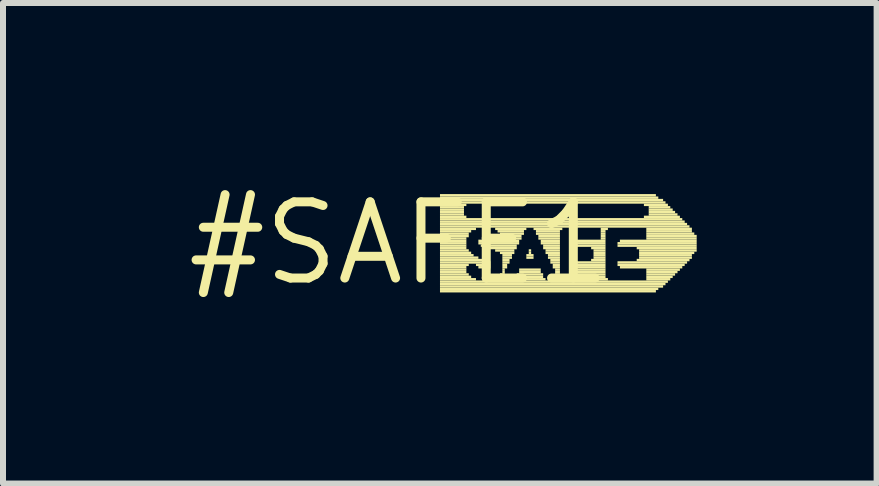
<source format=kicad_pcb>
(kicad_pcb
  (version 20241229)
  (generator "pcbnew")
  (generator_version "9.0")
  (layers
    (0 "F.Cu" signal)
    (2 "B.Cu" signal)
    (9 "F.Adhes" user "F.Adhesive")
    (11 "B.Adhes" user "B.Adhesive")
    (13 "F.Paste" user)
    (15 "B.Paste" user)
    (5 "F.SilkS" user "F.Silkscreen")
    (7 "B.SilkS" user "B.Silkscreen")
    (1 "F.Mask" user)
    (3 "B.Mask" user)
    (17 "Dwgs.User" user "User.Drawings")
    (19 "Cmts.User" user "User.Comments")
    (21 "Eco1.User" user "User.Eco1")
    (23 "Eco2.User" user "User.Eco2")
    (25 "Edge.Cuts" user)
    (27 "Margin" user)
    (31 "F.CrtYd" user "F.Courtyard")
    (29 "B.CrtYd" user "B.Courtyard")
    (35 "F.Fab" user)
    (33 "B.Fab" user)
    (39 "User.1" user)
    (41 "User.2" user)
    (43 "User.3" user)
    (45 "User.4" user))
  (footprint "#SAFE1"
    (layer "F.Cu")
    (at 3.606 1.006)
    (property "Reference" "#SAFE1" (at 0 0 0) (layer "F.SilkS") (effects (font (size 1.27 1.27) (thickness 0.15))))
    (attr through_hole)
    (fp_poly (pts (xy 0.68 -0.78) (xy 4.28 -0.78) (xy 4.28 -0.82) (xy 0.68 -0.82)) (stroke (width 0) (type solid)) (fill yes) (layer "F.SilkS"))
    (fp_poly (pts (xy 0.68 -0.74) (xy 4.32 -0.74) (xy 4.32 -0.78) (xy 0.68 -0.78)) (stroke (width 0) (type solid)) (fill yes) (layer "F.SilkS"))
    (fp_poly (pts (xy 0.68 -0.7) (xy 4.4 -0.7) (xy 4.4 -0.74) (xy 0.68 -0.74)) (stroke (width 0) (type solid)) (fill yes) (layer "F.SilkS"))
    (fp_poly (pts (xy 0.68 -0.66) (xy 4.44 -0.66) (xy 4.44 -0.7) (xy 0.68 -0.7)) (stroke (width 0) (type solid)) (fill yes) (layer "F.SilkS"))
    (fp_poly (pts (xy 0.68 -0.62) (xy 1.12 -0.62) (xy 1.12 -0.66) (xy 0.68 -0.66)) (stroke (width 0) (type solid)) (fill yes) (layer "F.SilkS"))
    (fp_poly (pts (xy 0.68 -0.58) (xy 1.08 -0.58) (xy 1.08 -0.62) (xy 0.68 -0.62)) (stroke (width 0) (type solid)) (fill yes) (layer "F.SilkS"))
    (fp_poly (pts (xy 0.68 -0.54) (xy 1.08 -0.54) (xy 1.08 -0.58) (xy 0.68 -0.58)) (stroke (width 0) (type solid)) (fill yes) (layer "F.SilkS"))
    (fp_poly (pts (xy 0.68 -0.5) (xy 1.08 -0.5) (xy 1.08 -0.54) (xy 0.68 -0.54)) (stroke (width 0) (type solid)) (fill yes) (layer "F.SilkS"))
    (fp_poly (pts (xy 0.68 -0.46) (xy 1.08 -0.46) (xy 1.08 -0.5) (xy 0.68 -0.5)) (stroke (width 0) (type solid)) (fill yes) (layer "F.SilkS"))
    (fp_poly (pts (xy 0.68 -0.42) (xy 1.12 -0.42) (xy 1.12 -0.46) (xy 0.68 -0.46)) (stroke (width 0) (type solid)) (fill yes) (layer "F.SilkS"))
    (fp_poly (pts (xy 0.68 -0.38) (xy 4.72 -0.38) (xy 4.72 -0.42) (xy 0.68 -0.42)) (stroke (width 0) (type solid)) (fill yes) (layer "F.SilkS"))
    (fp_poly (pts (xy 0.68 -0.34) (xy 4.76 -0.34) (xy 4.76 -0.38) (xy 0.68 -0.38)) (stroke (width 0) (type solid)) (fill yes) (layer "F.SilkS"))
    (fp_poly (pts (xy 0.68 -0.3) (xy 4.8 -0.3) (xy 4.8 -0.34) (xy 0.68 -0.34)) (stroke (width 0) (type solid)) (fill yes) (layer "F.SilkS"))
    (fp_poly (pts (xy 0.68 -0.26) (xy 4.84 -0.26) (xy 4.84 -0.3) (xy 0.68 -0.3)) (stroke (width 0) (type solid)) (fill yes) (layer "F.SilkS"))
    (fp_poly (pts (xy 0.68 -0.22) (xy 1.28 -0.22) (xy 1.28 -0.26) (xy 0.68 -0.26)) (stroke (width 0) (type solid)) (fill yes) (layer "F.SilkS"))
    (fp_poly (pts (xy 0.68 -0.18) (xy 1.2 -0.18) (xy 1.2 -0.22) (xy 0.68 -0.22)) (stroke (width 0) (type solid)) (fill yes) (layer "F.SilkS"))
    (fp_poly (pts (xy 0.68 -0.14) (xy 1.16 -0.14) (xy 1.16 -0.18) (xy 0.68 -0.18)) (stroke (width 0) (type solid)) (fill yes) (layer "F.SilkS"))
    (fp_poly (pts (xy 0.68 -0.1) (xy 1.16 -0.1) (xy 1.16 -0.14) (xy 0.68 -0.14)) (stroke (width 0) (type solid)) (fill yes) (layer "F.SilkS"))
    (fp_poly (pts (xy 0.68 -0.06) (xy 1.12 -0.06) (xy 1.12 -0.1) (xy 0.68 -0.1)) (stroke (width 0) (type solid)) (fill yes) (layer "F.SilkS"))
    (fp_poly (pts (xy 0.68 -0.02) (xy 1.12 -0.02) (xy 1.12 -0.06) (xy 0.68 -0.06)) (stroke (width 0) (type solid)) (fill yes) (layer "F.SilkS"))
    (fp_poly (pts (xy 0.68 0.02) (xy 1.12 0.02) (xy 1.12 -0.02) (xy 0.68 -0.02)) (stroke (width 0) (type solid)) (fill yes) (layer "F.SilkS"))
    (fp_poly (pts (xy 0.68 0.06) (xy 1.12 0.06) (xy 1.12 0.02) (xy 0.68 0.02)) (stroke (width 0) (type solid)) (fill yes) (layer "F.SilkS"))
    (fp_poly (pts (xy 0.68 0.1) (xy 1.12 0.1) (xy 1.12 0.06) (xy 0.68 0.06)) (stroke (width 0) (type solid)) (fill yes) (layer "F.SilkS"))
    (fp_poly (pts (xy 0.68 0.14) (xy 1.16 0.14) (xy 1.16 0.1) (xy 0.68 0.1)) (stroke (width 0) (type solid)) (fill yes) (layer "F.SilkS"))
    (fp_poly (pts (xy 0.68 0.18) (xy 1.2 0.18) (xy 1.2 0.14) (xy 0.68 0.14)) (stroke (width 0) (type solid)) (fill yes) (layer "F.SilkS"))
    (fp_poly (pts (xy 0.68 0.22) (xy 1.24 0.22) (xy 1.24 0.18) (xy 0.68 0.18)) (stroke (width 0) (type solid)) (fill yes) (layer "F.SilkS"))
    (fp_poly (pts (xy 0.68 0.26) (xy 1.32 0.26) (xy 1.32 0.22) (xy 0.68 0.22)) (stroke (width 0) (type solid)) (fill yes) (layer "F.SilkS"))
    (fp_poly (pts (xy 0.68 0.3) (xy 1.48 0.3) (xy 1.48 0.26) (xy 0.68 0.26)) (stroke (width 0) (type solid)) (fill yes) (layer "F.SilkS"))
    (fp_poly (pts (xy 0.68 0.34) (xy 1.52 0.34) (xy 1.52 0.3) (xy 0.68 0.3)) (stroke (width 0) (type solid)) (fill yes) (layer "F.SilkS"))
    (fp_poly (pts (xy 0.68 0.38) (xy 1.16 0.38) (xy 1.16 0.34) (xy 0.68 0.34)) (stroke (width 0) (type solid)) (fill yes) (layer "F.SilkS"))
    (fp_poly (pts (xy 0.68 0.42) (xy 1.12 0.42) (xy 1.12 0.38) (xy 0.68 0.38)) (stroke (width 0) (type solid)) (fill yes) (layer "F.SilkS"))
    (fp_poly (pts (xy 0.68 0.46) (xy 1.12 0.46) (xy 1.12 0.42) (xy 0.68 0.42)) (stroke (width 0) (type solid)) (fill yes) (layer "F.SilkS"))
    (fp_poly (pts (xy 0.68 0.5) (xy 1.12 0.5) (xy 1.12 0.46) (xy 0.68 0.46)) (stroke (width 0) (type solid)) (fill yes) (layer "F.SilkS"))
    (fp_poly (pts (xy 0.68 0.54) (xy 1.16 0.54) (xy 1.16 0.5) (xy 0.68 0.5)) (stroke (width 0) (type solid)) (fill yes) (layer "F.SilkS"))
    (fp_poly (pts (xy 0.68 0.58) (xy 1.2 0.58) (xy 1.2 0.54) (xy 0.68 0.54)) (stroke (width 0) (type solid)) (fill yes) (layer "F.SilkS"))
    (fp_poly (pts (xy 0.68 0.62) (xy 1.28 0.62) (xy 1.28 0.58) (xy 0.68 0.58)) (stroke (width 0) (type solid)) (fill yes) (layer "F.SilkS"))
    (fp_poly (pts (xy 0.68 0.66) (xy 4.48 0.66) (xy 4.48 0.62) (xy 0.68 0.62)) (stroke (width 0) (type solid)) (fill yes) (layer "F.SilkS"))
    (fp_poly (pts (xy 0.68 0.7) (xy 4.44 0.7) (xy 4.44 0.66) (xy 0.68 0.66)) (stroke (width 0) (type solid)) (fill yes) (layer "F.SilkS"))
    (fp_poly (pts (xy 0.68 0.74) (xy 4.4 0.74) (xy 4.4 0.7) (xy 0.68 0.7)) (stroke (width 0) (type solid)) (fill yes) (layer "F.SilkS"))
    (fp_poly (pts (xy 0.68 0.78) (xy 4.32 0.78) (xy 4.32 0.74) (xy 0.68 0.74)) (stroke (width 0) (type solid)) (fill yes) (layer "F.SilkS"))
    (fp_poly (pts (xy 0.68 0.82) (xy 4.28 0.82) (xy 4.28 0.78) (xy 0.68 0.78)) (stroke (width 0) (type solid)) (fill yes) (layer "F.SilkS"))
    (fp_poly (pts (xy 1.28 0.38) (xy 1.52 0.38) (xy 1.52 0.34) (xy 1.28 0.34)) (stroke (width 0) (type solid)) (fill yes) (layer "F.SilkS"))
    (fp_poly (pts (xy 1.32 -0.02) (xy 1.52 -0.02) (xy 1.52 -0.06) (xy 1.32 -0.06)) (stroke (width 0) (type solid)) (fill yes) (layer "F.SilkS"))
    (fp_poly (pts (xy 1.32 0.02) (xy 2 0.02) (xy 2 -0.02) (xy 1.32 -0.02)) (stroke (width 0) (type solid)) (fill yes) (layer "F.SilkS"))
    (fp_poly (pts (xy 1.32 0.42) (xy 1.52 0.42) (xy 1.52 0.38) (xy 1.32 0.38)) (stroke (width 0) (type solid)) (fill yes) (layer "F.SilkS"))
    (fp_poly (pts (xy 1.36 0.06) (xy 1.96 0.06) (xy 1.96 0.02) (xy 1.36 0.02)) (stroke (width 0) (type solid)) (fill yes) (layer "F.SilkS"))
    (fp_poly (pts (xy 1.44 0.1) (xy 1.96 0.1) (xy 1.96 0.06) (xy 1.44 0.06)) (stroke (width 0) (type solid)) (fill yes) (layer "F.SilkS"))
    (fp_poly (pts (xy 1.56 0.62) (xy 1.8 0.62) (xy 1.8 0.58) (xy 1.56 0.58)) (stroke (width 0) (type solid)) (fill yes) (layer "F.SilkS"))
    (fp_poly (pts (xy 1.6 -0.22) (xy 2.12 -0.22) (xy 2.12 -0.26) (xy 1.6 -0.26)) (stroke (width 0) (type solid)) (fill yes) (layer "F.SilkS"))
    (fp_poly (pts (xy 1.6 0.14) (xy 1.92 0.14) (xy 1.92 0.1) (xy 1.6 0.1)) (stroke (width 0) (type solid)) (fill yes) (layer "F.SilkS"))
    (fp_poly (pts (xy 1.64 -0.18) (xy 2.08 -0.18) (xy 2.08 -0.22) (xy 1.64 -0.22)) (stroke (width 0) (type solid)) (fill yes) (layer "F.SilkS"))
    (fp_poly (pts (xy 1.64 -0.02) (xy 2 -0.02) (xy 2 -0.06) (xy 1.64 -0.06)) (stroke (width 0) (type solid)) (fill yes) (layer "F.SilkS"))
    (fp_poly (pts (xy 1.64 0.58) (xy 1.76 0.58) (xy 1.76 0.54) (xy 1.64 0.54)) (stroke (width 0) (type solid)) (fill yes) (layer "F.SilkS"))
    (fp_poly (pts (xy 1.68 -0.14) (xy 2.08 -0.14) (xy 2.08 -0.18) (xy 1.68 -0.18)) (stroke (width 0) (type solid)) (fill yes) (layer "F.SilkS"))
    (fp_poly (pts (xy 1.68 -0.1) (xy 2.04 -0.1) (xy 2.04 -0.14) (xy 1.68 -0.14)) (stroke (width 0) (type solid)) (fill yes) (layer "F.SilkS"))
    (fp_poly (pts (xy 1.68 -0.06) (xy 2.04 -0.06) (xy 2.04 -0.1) (xy 1.68 -0.1)) (stroke (width 0) (type solid)) (fill yes) (layer "F.SilkS"))
    (fp_poly (pts (xy 1.68 0.18) (xy 1.92 0.18) (xy 1.92 0.14) (xy 1.68 0.14)) (stroke (width 0) (type solid)) (fill yes) (layer "F.SilkS"))
    (fp_poly (pts (xy 1.68 0.54) (xy 1.76 0.54) (xy 1.76 0.5) (xy 1.68 0.5)) (stroke (width 0) (type solid)) (fill yes) (layer "F.SilkS"))
    (fp_poly (pts (xy 1.72 0.22) (xy 1.88 0.22) (xy 1.88 0.18) (xy 1.72 0.18)) (stroke (width 0) (type solid)) (fill yes) (layer "F.SilkS"))
    (fp_poly (pts (xy 1.72 0.26) (xy 1.88 0.26) (xy 1.88 0.22) (xy 1.72 0.22)) (stroke (width 0) (type solid)) (fill yes) (layer "F.SilkS"))
    (fp_poly (pts (xy 1.72 0.3) (xy 1.84 0.3) (xy 1.84 0.26) (xy 1.72 0.26)) (stroke (width 0) (type solid)) (fill yes) (layer "F.SilkS"))
    (fp_poly (pts (xy 1.72 0.34) (xy 1.84 0.34) (xy 1.84 0.3) (xy 1.72 0.3)) (stroke (width 0) (type solid)) (fill yes) (layer "F.SilkS"))
    (fp_poly (pts (xy 1.72 0.38) (xy 1.8 0.38) (xy 1.8 0.34) (xy 1.72 0.34)) (stroke (width 0) (type solid)) (fill yes) (layer "F.SilkS"))
    (fp_poly (pts (xy 1.72 0.42) (xy 1.8 0.42) (xy 1.8 0.38) (xy 1.72 0.38)) (stroke (width 0) (type solid)) (fill yes) (layer "F.SilkS"))
    (fp_poly (pts (xy 1.72 0.46) (xy 1.76 0.46) (xy 1.76 0.42) (xy 1.72 0.42)) (stroke (width 0) (type solid)) (fill yes) (layer "F.SilkS"))
    (fp_poly (pts (xy 1.72 0.5) (xy 1.76 0.5) (xy 1.76 0.46) (xy 1.72 0.46)) (stroke (width 0) (type solid)) (fill yes) (layer "F.SilkS"))
    (fp_poly (pts (xy 1.92 0.62) (xy 2.44 0.62) (xy 2.44 0.58) (xy 1.92 0.58)) (stroke (width 0) (type solid)) (fill yes) (layer "F.SilkS"))
    (fp_poly (pts (xy 1.96 0.54) (xy 2.4 0.54) (xy 2.4 0.5) (xy 1.96 0.5)) (stroke (width 0) (type solid)) (fill yes) (layer "F.SilkS"))
    (fp_poly (pts (xy 1.96 0.58) (xy 2.4 0.58) (xy 2.4 0.54) (xy 1.96 0.54)) (stroke (width 0) (type solid)) (fill yes) (layer "F.SilkS"))
    (fp_poly (pts (xy 2 0.46) (xy 2.36 0.46) (xy 2.36 0.42) (xy 2 0.42)) (stroke (width 0) (type solid)) (fill yes) (layer "F.SilkS"))
    (fp_poly (pts (xy 2 0.5) (xy 2.36 0.5) (xy 2.36 0.46) (xy 2 0.46)) (stroke (width 0) (type solid)) (fill yes) (layer "F.SilkS"))
    (fp_poly (pts (xy 2.12 0.22) (xy 2.24 0.22) (xy 2.24 0.18) (xy 2.12 0.18)) (stroke (width 0) (type solid)) (fill yes) (layer "F.SilkS"))
    (fp_poly (pts (xy 2.12 0.26) (xy 2.24 0.26) (xy 2.24 0.22) (xy 2.12 0.22)) (stroke (width 0) (type solid)) (fill yes) (layer "F.SilkS"))
    (fp_poly (pts (xy 2.16 0.14) (xy 2.2 0.14) (xy 2.2 0.1) (xy 2.16 0.1)) (stroke (width 0) (type solid)) (fill yes) (layer "F.SilkS"))
    (fp_poly (pts (xy 2.16 0.18) (xy 2.2 0.18) (xy 2.2 0.14) (xy 2.16 0.14)) (stroke (width 0) (type solid)) (fill yes) (layer "F.SilkS"))
    (fp_poly (pts (xy 2.24 -0.22) (xy 2.72 -0.22) (xy 2.72 -0.26) (xy 2.24 -0.26)) (stroke (width 0) (type solid)) (fill yes) (layer "F.SilkS"))
    (fp_poly (pts (xy 2.28 -0.18) (xy 2.68 -0.18) (xy 2.68 -0.22) (xy 2.28 -0.22)) (stroke (width 0) (type solid)) (fill yes) (layer "F.SilkS"))
    (fp_poly (pts (xy 2.28 -0.14) (xy 2.68 -0.14) (xy 2.68 -0.18) (xy 2.28 -0.18)) (stroke (width 0) (type solid)) (fill yes) (layer "F.SilkS"))
    (fp_poly (pts (xy 2.32 -0.1) (xy 2.68 -0.1) (xy 2.68 -0.14) (xy 2.32 -0.14)) (stroke (width 0) (type solid)) (fill yes) (layer "F.SilkS"))
    (fp_poly (pts (xy 2.32 -0.06) (xy 2.68 -0.06) (xy 2.68 -0.1) (xy 2.32 -0.1)) (stroke (width 0) (type solid)) (fill yes) (layer "F.SilkS"))
    (fp_poly (pts (xy 2.36 -0.02) (xy 2.68 -0.02) (xy 2.68 -0.06) (xy 2.36 -0.06)) (stroke (width 0) (type solid)) (fill yes) (layer "F.SilkS"))
    (fp_poly (pts (xy 2.36 0.02) (xy 2.68 0.02) (xy 2.68 -0.02) (xy 2.36 -0.02)) (stroke (width 0) (type solid)) (fill yes) (layer "F.SilkS"))
    (fp_poly (pts (xy 2.4 0.06) (xy 2.68 0.06) (xy 2.68 0.02) (xy 2.4 0.02)) (stroke (width 0) (type solid)) (fill yes) (layer "F.SilkS"))
    (fp_poly (pts (xy 2.4 0.1) (xy 2.68 0.1) (xy 2.68 0.06) (xy 2.4 0.06)) (stroke (width 0) (type solid)) (fill yes) (layer "F.SilkS"))
    (fp_poly (pts (xy 2.44 0.14) (xy 2.68 0.14) (xy 2.68 0.1) (xy 2.44 0.1)) (stroke (width 0) (type solid)) (fill yes) (layer "F.SilkS"))
    (fp_poly (pts (xy 2.44 0.18) (xy 2.68 0.18) (xy 2.68 0.14) (xy 2.44 0.14)) (stroke (width 0) (type solid)) (fill yes) (layer "F.SilkS"))
    (fp_poly (pts (xy 2.48 0.22) (xy 2.68 0.22) (xy 2.68 0.18) (xy 2.48 0.18)) (stroke (width 0) (type solid)) (fill yes) (layer "F.SilkS"))
    (fp_poly (pts (xy 2.48 0.26) (xy 2.68 0.26) (xy 2.68 0.22) (xy 2.48 0.22)) (stroke (width 0) (type solid)) (fill yes) (layer "F.SilkS"))
    (fp_poly (pts (xy 2.52 0.3) (xy 2.68 0.3) (xy 2.68 0.26) (xy 2.52 0.26)) (stroke (width 0) (type solid)) (fill yes) (layer "F.SilkS"))
    (fp_poly (pts (xy 2.52 0.34) (xy 2.68 0.34) (xy 2.68 0.3) (xy 2.52 0.3)) (stroke (width 0) (type solid)) (fill yes) (layer "F.SilkS"))
    (fp_poly (pts (xy 2.56 0.38) (xy 2.68 0.38) (xy 2.68 0.34) (xy 2.56 0.34)) (stroke (width 0) (type solid)) (fill yes) (layer "F.SilkS"))
    (fp_poly (pts (xy 2.56 0.42) (xy 2.68 0.42) (xy 2.68 0.38) (xy 2.56 0.38)) (stroke (width 0) (type solid)) (fill yes) (layer "F.SilkS"))
    (fp_poly (pts (xy 2.56 0.62) (xy 2.72 0.62) (xy 2.72 0.58) (xy 2.56 0.58)) (stroke (width 0) (type solid)) (fill yes) (layer "F.SilkS"))
    (fp_poly (pts (xy 2.6 0.46) (xy 2.68 0.46) (xy 2.68 0.42) (xy 2.6 0.42)) (stroke (width 0) (type solid)) (fill yes) (layer "F.SilkS"))
    (fp_poly (pts (xy 2.6 0.5) (xy 2.68 0.5) (xy 2.68 0.46) (xy 2.6 0.46)) (stroke (width 0) (type solid)) (fill yes) (layer "F.SilkS"))
    (fp_poly (pts (xy 2.6 0.54) (xy 2.68 0.54) (xy 2.68 0.5) (xy 2.6 0.5)) (stroke (width 0) (type solid)) (fill yes) (layer "F.SilkS"))
    (fp_poly (pts (xy 2.6 0.58) (xy 2.68 0.58) (xy 2.68 0.54) (xy 2.6 0.54)) (stroke (width 0) (type solid)) (fill yes) (layer "F.SilkS"))
    (fp_poly (pts (xy 2.88 0.02) (xy 3.44 0.02) (xy 3.44 -0.02) (xy 2.88 -0.02)) (stroke (width 0) (type solid)) (fill yes) (layer "F.SilkS"))
    (fp_poly (pts (xy 2.88 0.06) (xy 3.44 0.06) (xy 3.44 0.02) (xy 2.88 0.02)) (stroke (width 0) (type solid)) (fill yes) (layer "F.SilkS"))
    (fp_poly (pts (xy 2.88 0.34) (xy 3.44 0.34) (xy 3.44 0.3) (xy 2.88 0.3)) (stroke (width 0) (type solid)) (fill yes) (layer "F.SilkS"))
    (fp_poly (pts (xy 2.88 0.38) (xy 3.44 0.38) (xy 3.44 0.34) (xy 2.88 0.34)) (stroke (width 0) (type solid)) (fill yes) (layer "F.SilkS"))
    (fp_poly (pts (xy 2.88 0.42) (xy 3.44 0.42) (xy 3.44 0.38) (xy 2.88 0.38)) (stroke (width 0) (type solid)) (fill yes) (layer "F.SilkS"))
    (fp_poly (pts (xy 2.88 0.46) (xy 3.44 0.46) (xy 3.44 0.42) (xy 2.88 0.42)) (stroke (width 0) (type solid)) (fill yes) (layer "F.SilkS"))
    (fp_poly (pts (xy 2.88 0.5) (xy 3.44 0.5) (xy 3.44 0.46) (xy 2.88 0.46)) (stroke (width 0) (type solid)) (fill yes) (layer "F.SilkS"))
    (fp_poly (pts (xy 2.88 0.54) (xy 3.44 0.54) (xy 3.44 0.5) (xy 2.88 0.5)) (stroke (width 0) (type solid)) (fill yes) (layer "F.SilkS"))
    (fp_poly (pts (xy 2.88 0.58) (xy 3.44 0.58) (xy 3.44 0.54) (xy 2.88 0.54)) (stroke (width 0) (type solid)) (fill yes) (layer "F.SilkS"))
    (fp_poly (pts (xy 2.88 0.62) (xy 3.48 0.62) (xy 3.48 0.58) (xy 2.88 0.58)) (stroke (width 0) (type solid)) (fill yes) (layer "F.SilkS"))
    (fp_poly (pts (xy 2.92 -0.02) (xy 3.44 -0.02) (xy 3.44 -0.06) (xy 2.92 -0.06)) (stroke (width 0) (type solid)) (fill yes) (layer "F.SilkS"))
    (fp_poly (pts (xy 3.2 0.1) (xy 3.44 0.1) (xy 3.44 0.06) (xy 3.2 0.06)) (stroke (width 0) (type solid)) (fill yes) (layer "F.SilkS"))
    (fp_poly (pts (xy 3.2 0.3) (xy 3.44 0.3) (xy 3.44 0.26) (xy 3.2 0.26)) (stroke (width 0) (type solid)) (fill yes) (layer "F.SilkS"))
    (fp_poly (pts (xy 3.24 0.14) (xy 3.44 0.14) (xy 3.44 0.1) (xy 3.24 0.1)) (stroke (width 0) (type solid)) (fill yes) (layer "F.SilkS"))
    (fp_poly (pts (xy 3.24 0.18) (xy 3.44 0.18) (xy 3.44 0.14) (xy 3.24 0.14)) (stroke (width 0) (type solid)) (fill yes) (layer "F.SilkS"))
    (fp_poly (pts (xy 3.24 0.22) (xy 3.44 0.22) (xy 3.44 0.18) (xy 3.24 0.18)) (stroke (width 0) (type solid)) (fill yes) (layer "F.SilkS"))
    (fp_poly (pts (xy 3.24 0.26) (xy 3.44 0.26) (xy 3.44 0.22) (xy 3.24 0.22)) (stroke (width 0) (type solid)) (fill yes) (layer "F.SilkS"))
    (fp_poly (pts (xy 3.36 -0.22) (xy 3.48 -0.22) (xy 3.48 -0.26) (xy 3.36 -0.26)) (stroke (width 0) (type solid)) (fill yes) (layer "F.SilkS"))
    (fp_poly (pts (xy 3.36 -0.18) (xy 3.44 -0.18) (xy 3.44 -0.22) (xy 3.36 -0.22)) (stroke (width 0) (type solid)) (fill yes) (layer "F.SilkS"))
    (fp_poly (pts (xy 3.36 -0.14) (xy 3.44 -0.14) (xy 3.44 -0.18) (xy 3.36 -0.18)) (stroke (width 0) (type solid)) (fill yes) (layer "F.SilkS"))
    (fp_poly (pts (xy 3.36 -0.1) (xy 3.44 -0.1) (xy 3.44 -0.14) (xy 3.36 -0.14)) (stroke (width 0) (type solid)) (fill yes) (layer "F.SilkS"))
    (fp_poly (pts (xy 3.36 -0.06) (xy 3.44 -0.06) (xy 3.44 -0.1) (xy 3.36 -0.1)) (stroke (width 0) (type solid)) (fill yes) (layer "F.SilkS"))
    (fp_poly (pts (xy 3.64 0.02) (xy 4.96 0.02) (xy 4.96 -0.02) (xy 3.64 -0.02)) (stroke (width 0) (type solid)) (fill yes) (layer "F.SilkS"))
    (fp_poly (pts (xy 3.64 0.06) (xy 4.96 0.06) (xy 4.96 0.02) (xy 3.64 0.02)) (stroke (width 0) (type solid)) (fill yes) (layer "F.SilkS"))
    (fp_poly (pts (xy 3.64 0.34) (xy 4.8 0.34) (xy 4.8 0.3) (xy 3.64 0.3)) (stroke (width 0) (type solid)) (fill yes) (layer "F.SilkS"))
    (fp_poly (pts (xy 3.64 0.38) (xy 4.76 0.38) (xy 4.76 0.34) (xy 3.64 0.34)) (stroke (width 0) (type solid)) (fill yes) (layer "F.SilkS"))
    (fp_poly (pts (xy 3.68 -0.02) (xy 4.96 -0.02) (xy 4.96 -0.06) (xy 3.68 -0.06)) (stroke (width 0) (type solid)) (fill yes) (layer "F.SilkS"))
    (fp_poly (pts (xy 3.68 0.42) (xy 4.72 0.42) (xy 4.72 0.38) (xy 3.68 0.38)) (stroke (width 0) (type solid)) (fill yes) (layer "F.SilkS"))
    (fp_poly (pts (xy 3.96 0.1) (xy 4.96 0.1) (xy 4.96 0.06) (xy 3.96 0.06)) (stroke (width 0) (type solid)) (fill yes) (layer "F.SilkS"))
    (fp_poly (pts (xy 3.96 0.3) (xy 4.84 0.3) (xy 4.84 0.26) (xy 3.96 0.26)) (stroke (width 0) (type solid)) (fill yes) (layer "F.SilkS"))
    (fp_poly (pts (xy 4 0.14) (xy 4.96 0.14) (xy 4.96 0.1) (xy 4 0.1)) (stroke (width 0) (type solid)) (fill yes) (layer "F.SilkS"))
    (fp_poly (pts (xy 4 0.18) (xy 4.92 0.18) (xy 4.92 0.14) (xy 4 0.14)) (stroke (width 0) (type solid)) (fill yes) (layer "F.SilkS"))
    (fp_poly (pts (xy 4 0.22) (xy 4.88 0.22) (xy 4.88 0.18) (xy 4 0.18)) (stroke (width 0) (type solid)) (fill yes) (layer "F.SilkS"))
    (fp_poly (pts (xy 4 0.26) (xy 4.88 0.26) (xy 4.88 0.22) (xy 4 0.22)) (stroke (width 0) (type solid)) (fill yes) (layer "F.SilkS"))
    (fp_poly (pts (xy 4.08 -0.62) (xy 4.48 -0.62) (xy 4.48 -0.66) (xy 4.08 -0.66)) (stroke (width 0) (type solid)) (fill yes) (layer "F.SilkS"))
    (fp_poly (pts (xy 4.08 -0.42) (xy 4.68 -0.42) (xy 4.68 -0.46) (xy 4.08 -0.46)) (stroke (width 0) (type solid)) (fill yes) (layer "F.SilkS"))
    (fp_poly (pts (xy 4.12 -0.22) (xy 4.88 -0.22) (xy 4.88 -0.26) (xy 4.12 -0.26)) (stroke (width 0) (type solid)) (fill yes) (layer "F.SilkS"))
    (fp_poly (pts (xy 4.12 -0.18) (xy 4.88 -0.18) (xy 4.88 -0.22) (xy 4.12 -0.22)) (stroke (width 0) (type solid)) (fill yes) (layer "F.SilkS"))
    (fp_poly (pts (xy 4.12 -0.14) (xy 4.92 -0.14) (xy 4.92 -0.18) (xy 4.12 -0.18)) (stroke (width 0) (type solid)) (fill yes) (layer "F.SilkS"))
    (fp_poly (pts (xy 4.12 -0.1) (xy 4.96 -0.1) (xy 4.96 -0.14) (xy 4.12 -0.14)) (stroke (width 0) (type solid)) (fill yes) (layer "F.SilkS"))
    (fp_poly (pts (xy 4.12 -0.06) (xy 4.96 -0.06) (xy 4.96 -0.1) (xy 4.12 -0.1)) (stroke (width 0) (type solid)) (fill yes) (layer "F.SilkS"))
    (fp_poly (pts (xy 4.12 0.46) (xy 4.68 0.46) (xy 4.68 0.42) (xy 4.12 0.42)) (stroke (width 0) (type solid)) (fill yes) (layer "F.SilkS"))
    (fp_poly (pts (xy 4.12 0.5) (xy 4.64 0.5) (xy 4.64 0.46) (xy 4.12 0.46)) (stroke (width 0) (type solid)) (fill yes) (layer "F.SilkS"))
    (fp_poly (pts (xy 4.12 0.54) (xy 4.6 0.54) (xy 4.6 0.5) (xy 4.12 0.5)) (stroke (width 0) (type solid)) (fill yes) (layer "F.SilkS"))
    (fp_poly (pts (xy 4.12 0.58) (xy 4.56 0.58) (xy 4.56 0.54) (xy 4.12 0.54)) (stroke (width 0) (type solid)) (fill yes) (layer "F.SilkS"))
    (fp_poly (pts (xy 4.12 0.62) (xy 4.52 0.62) (xy 4.52 0.58) (xy 4.12 0.58)) (stroke (width 0) (type solid)) (fill yes) (layer "F.SilkS"))
    (fp_poly (pts (xy 4.16 -0.58) (xy 4.52 -0.58) (xy 4.52 -0.62) (xy 4.16 -0.62)) (stroke (width 0) (type solid)) (fill yes) (layer "F.SilkS"))
    (fp_poly (pts (xy 4.16 -0.54) (xy 4.56 -0.54) (xy 4.56 -0.58) (xy 4.16 -0.58)) (stroke (width 0) (type solid)) (fill yes) (layer "F.SilkS"))
    (fp_poly (pts (xy 4.16 -0.5) (xy 4.6 -0.5) (xy 4.6 -0.54) (xy 4.16 -0.54)) (stroke (width 0) (type solid)) (fill yes) (layer "F.SilkS"))
    (fp_poly (pts (xy 4.16 -0.46) (xy 4.64 -0.46) (xy 4.64 -0.5) (xy 4.16 -0.5)) (stroke (width 0) (type solid)) (fill yes) (layer "F.SilkS")))
  (gr_rect
    (start -3 -3)
    (end 11.566 5.012)
    (stroke (width 0.1) (type default))
    (fill no)
    (layer "Edge.Cuts")))
</source>
